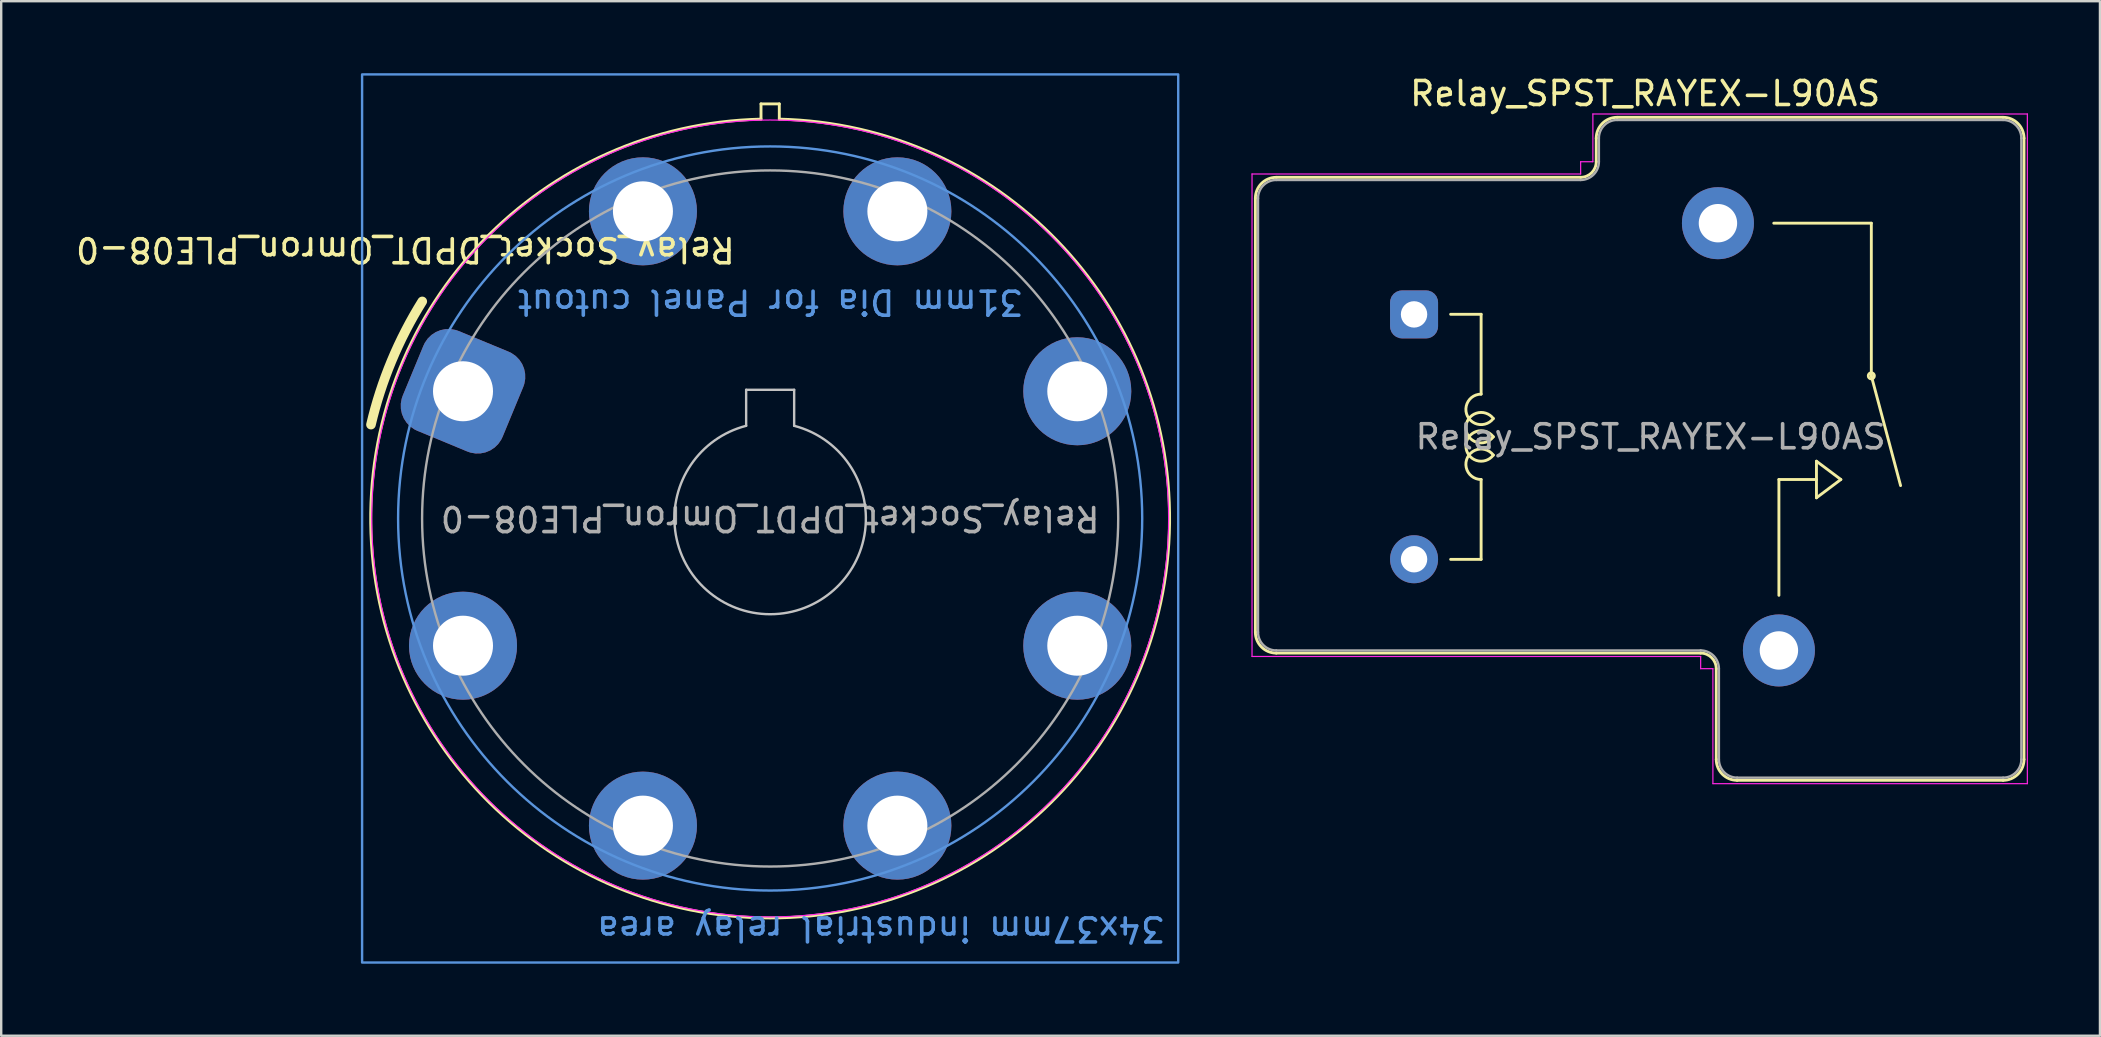
<source format=kicad_pcb>
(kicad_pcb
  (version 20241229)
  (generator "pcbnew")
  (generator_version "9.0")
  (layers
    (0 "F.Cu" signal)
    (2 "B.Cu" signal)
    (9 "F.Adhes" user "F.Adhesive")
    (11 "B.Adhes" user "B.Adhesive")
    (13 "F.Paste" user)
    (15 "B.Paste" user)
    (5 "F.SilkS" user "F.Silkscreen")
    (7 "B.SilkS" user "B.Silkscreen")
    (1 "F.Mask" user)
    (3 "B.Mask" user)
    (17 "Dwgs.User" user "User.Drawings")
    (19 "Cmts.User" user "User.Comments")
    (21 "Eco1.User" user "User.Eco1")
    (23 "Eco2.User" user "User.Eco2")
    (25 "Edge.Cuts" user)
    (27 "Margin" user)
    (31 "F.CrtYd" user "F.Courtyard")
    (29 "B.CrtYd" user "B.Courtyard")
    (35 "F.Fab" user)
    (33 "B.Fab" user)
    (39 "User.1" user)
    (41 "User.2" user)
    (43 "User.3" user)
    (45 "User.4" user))
  (footprint "Relay_SPST_RAYEX-L90AS"
    (layer "F.Cu")
    (at 53.32 15.148)
    (property "Reference" "Relay_SPST_RAYEX-L90AS" (at 12.167 -14.3 0) (layer "F.SilkS") (effects (font (size 1 1) (thickness 0.15))))
    (attr through_hole)
    (fp_line (start -4.07 -9.94) (end -4.07 8.14) (stroke (width 0.12) (type solid)) (layer "F.SilkS"))
    (fp_line (start -3.2 -10.81) (end 9.48 -10.81) (stroke (width 0.12) (type solid)) (layer "F.SilkS"))
    (fp_line (start -3.2 9.01) (end 14.48 9.01) (stroke (width 0.12) (type solid)) (layer "F.SilkS"))
    (fp_line (start 4.064 -5.105) (end 5.334 -5.105) (stroke (width 0.12) (type solid)) (layer "F.SilkS"))
    (fp_line (start 5.334 -1.778) (end 5.334 -5.105) (stroke (width 0.12) (type solid)) (layer "F.SilkS"))
    (fp_line (start 5.334 5.105) (end 4.064 5.105) (stroke (width 0.12) (type solid)) (layer "F.SilkS"))
    (fp_line (start 5.334 5.105) (end 5.334 1.778) (stroke (width 0.12) (type solid)) (layer "F.SilkS"))
    (fp_line (start 10.13 -12.44) (end 10.13 -11.46) (stroke (width 0.12) (type solid)) (layer "F.SilkS"))
    (fp_line (start 11 -13.31) (end 27.08 -13.31) (stroke (width 0.12) (type solid)) (layer "F.SilkS"))
    (fp_line (start 15.13 9.66) (end 15.13 13.44) (stroke (width 0.12) (type solid)) (layer "F.SilkS"))
    (fp_line (start 16 14.31) (end 27.08 14.31) (stroke (width 0.12) (type solid)) (layer "F.SilkS"))
    (fp_line (start 17.74 1.778) (end 19.304 1.778) (stroke (width 0.12) (type solid)) (layer "F.SilkS"))
    (fp_line (start 17.74 6.604) (end 17.74 1.778) (stroke (width 0.12) (type solid)) (layer "F.SilkS"))
    (fp_line (start 19.304 1.016) (end 19.304 2.54) (stroke (width 0.12) (type solid)) (layer "F.SilkS"))
    (fp_line (start 19.304 2.54) (end 20.32 1.778) (stroke (width 0.12) (type solid)) (layer "F.SilkS"))
    (fp_line (start 20.32 1.778) (end 19.304 1.016) (stroke (width 0.12) (type solid)) (layer "F.SilkS"))
    (fp_line (start 21.59 -8.9) (end 17.526 -8.9) (stroke (width 0.12) (type solid)) (layer "F.SilkS"))
    (fp_line (start 21.59 -2.54) (end 21.59 -8.9) (stroke (width 0.12) (type solid)) (layer "F.SilkS"))
    (fp_line (start 21.59 -2.54) (end 22.809 2.032) (stroke (width 0.12) (type solid)) (layer "F.SilkS"))
    (fp_line (start 27.95 -12.44) (end 27.95 13.44) (stroke (width 0.12) (type solid)) (layer "F.SilkS"))
    (fp_arc (start -4.07 -9.94) (mid -3.815183 -10.555183) (end -3.2 -10.81) (stroke (width 0.12) (type solid)) (layer "F.SilkS"))
    (fp_arc (start -3.2 9.01) (mid -3.815183 8.755183) (end -4.07 8.14) (stroke (width 0.12) (type solid)) (layer "F.SilkS"))
    (fp_arc (start 5.334002 1.777997) (mid 4.765966 0.859166) (end 5.841802 0.76173) (stroke (width 0.12) (type solid)) (layer "F.SilkS"))
    (fp_arc (start 5.8418 -0.761733) (mid 4.765964 -0.859168) (end 5.334 -1.778) (stroke (width 0.12) (type solid)) (layer "F.SilkS"))
    (fp_arc (start 5.842265 -0.000355) (mid 4.699002 -0.38078) (end 5.842 -0.762001) (stroke (width 0.12) (type solid)) (layer "F.SilkS"))
    (fp_arc (start 5.842266 0.761644) (mid 4.699003 0.381219) (end 5.842001 -0.000002) (stroke (width 0.12) (type solid)) (layer "F.SilkS"))
    (fp_arc (start 10.13 -12.44) (mid 10.384817 -13.055183) (end 11 -13.31) (stroke (width 0.12) (type solid)) (layer "F.SilkS"))
    (fp_arc (start 10.13 -11.46) (mid 9.939619 -11.000381) (end 9.48 -10.81) (stroke (width 0.12) (type solid)) (layer "F.SilkS"))
    (fp_arc (start 14.48 9.01) (mid 14.939619 9.200381) (end 15.13 9.66) (stroke (width 0.12) (type solid)) (layer "F.SilkS"))
    (fp_arc (start 16 14.31) (mid 15.384817 14.055183) (end 15.13 13.44) (stroke (width 0.12) (type solid)) (layer "F.SilkS"))
    (fp_arc (start 27.08 -13.31) (mid 27.695183 -13.055183) (end 27.95 -12.44) (stroke (width 0.12) (type solid)) (layer "F.SilkS"))
    (fp_arc (start 27.95 13.44) (mid 27.695183 14.055183) (end 27.08 14.31) (stroke (width 0.12) (type solid)) (layer "F.SilkS"))
    (fp_circle (center 21.59 -2.54) (end 21.59 -2.413) (stroke (width 0.12) (type solid)) (fill no) (layer "F.SilkS"))
    (fp_line (start -4.21 -10.95) (end -4.21 9.15) (stroke (width 0.05) (type solid)) (layer "F.CrtYd"))
    (fp_line (start -4.21 -10.95) (end 9.48 -10.95) (stroke (width 0.05) (type solid)) (layer "F.CrtYd"))
    (fp_line (start -4.21 9.15) (end 14.48 9.15) (stroke (width 0.05) (type solid)) (layer "F.CrtYd"))
    (fp_line (start 9.48 -11.46) (end 9.48 -10.95) (stroke (width 0.05) (type solid)) (layer "F.CrtYd"))
    (fp_line (start 9.48 -11.46) (end 9.99 -11.46) (stroke (width 0.05) (type solid)) (layer "F.CrtYd"))
    (fp_line (start 9.99 -13.45) (end 9.99 -11.46) (stroke (width 0.05) (type solid)) (layer "F.CrtYd"))
    (fp_line (start 9.99 -13.45) (end 28.09 -13.45) (stroke (width 0.05) (type solid)) (layer "F.CrtYd"))
    (fp_line (start 14.48 9.15) (end 14.48 9.66) (stroke (width 0.05) (type solid)) (layer "F.CrtYd"))
    (fp_line (start 14.48 9.66) (end 14.99 9.66) (stroke (width 0.05) (type solid)) (layer "F.CrtYd"))
    (fp_line (start 14.99 9.66) (end 14.99 14.45) (stroke (width 0.05) (type solid)) (layer "F.CrtYd"))
    (fp_line (start 14.99 14.45) (end 28.09 14.45) (stroke (width 0.05) (type solid)) (layer "F.CrtYd"))
    (fp_line (start 28.09 -13.45) (end 28.09 14.45) (stroke (width 0.05) (type solid)) (layer "F.CrtYd"))
    (fp_line (start -3.96 -9.94) (end -3.96 8.14) (stroke (width 0.1) (type solid)) (layer "F.Fab"))
    (fp_line (start -3.2 -10.7) (end 9.48 -10.7) (stroke (width 0.1) (type solid)) (layer "F.Fab"))
    (fp_line (start -3.2 8.9) (end 14.48 8.9) (stroke (width 0.1) (type solid)) (layer "F.Fab"))
    (fp_line (start 10.24 -12.44) (end 10.24 -11.46) (stroke (width 0.1) (type solid)) (layer "F.Fab"))
    (fp_line (start 11 -13.2) (end 27.08 -13.2) (stroke (width 0.1) (type solid)) (layer "F.Fab"))
    (fp_line (start 15.24 9.66) (end 15.24 13.44) (stroke (width 0.1) (type solid)) (layer "F.Fab"))
    (fp_line (start 16 14.2) (end 27.08 14.2) (stroke (width 0.1) (type solid)) (layer "F.Fab"))
    (fp_line (start 27.84 -12.44) (end 27.84 13.44) (stroke (width 0.1) (type solid)) (layer "F.Fab"))
    (fp_arc (start -3.96 -9.94) (mid -3.737401 -10.477401) (end -3.2 -10.7) (stroke (width 0.1) (type solid)) (layer "F.Fab"))
    (fp_arc (start -3.2 8.9) (mid -3.737401 8.677401) (end -3.96 8.14) (stroke (width 0.1) (type solid)) (layer "F.Fab"))
    (fp_arc (start 10.24 -12.44) (mid 10.462599 -12.977401) (end 11 -13.2) (stroke (width 0.1) (type solid)) (layer "F.Fab"))
    (fp_arc (start 10.24 -11.46) (mid 10.017401 -10.922599) (end 9.48 -10.7) (stroke (width 0.1) (type solid)) (layer "F.Fab"))
    (fp_arc (start 14.48 8.9) (mid 15.017401 9.122599) (end 15.24 9.66) (stroke (width 0.1) (type solid)) (layer "F.Fab"))
    (fp_arc (start 16 14.2) (mid 15.462599 13.977401) (end 15.24 13.44) (stroke (width 0.1) (type solid)) (layer "F.Fab"))
    (fp_arc (start 27.08 -13.2) (mid 27.617401 -12.977401) (end 27.84 -12.44) (stroke (width 0.1) (type solid)) (layer "F.Fab"))
    (fp_arc (start 27.84 13.44) (mid 27.617401 13.977401) (end 27.08 14.2) (stroke (width 0.1) (type solid)) (layer "F.Fab"))
    (fp_text user "${REFERENCE}" (at 12.395 0 0) (layer "F.Fab") (effects (font (size 1 1) (thickness 0.15))))
    (pad "13" thru_hole circle (at 15.2 -8.9 180) (size 3 3) (drill 1.6) (layers "*.Cu" "*.Mask"))
    (pad "14" thru_hole circle (at 17.74 8.9 180) (size 3 3) (drill 1.6) (layers "*.Cu" "*.Mask"))
    (pad "A1" thru_hole roundrect (at 2.54 -5.1 180) (size 2 2) (drill 1.1) (layers "*.Cu" "*.Mask") (roundrect_rratio 0.25))
    (pad "A2" thru_hole circle (at 2.54 5.1 180) (size 2 2) (drill 1.1) (layers "*.Cu" "*.Mask")))
  (footprint "Relay_Socket_DPDT_Omron_PLE08-0"
    (layer "F.Cu")
    (at 16.239 13.25)
    (property "Reference" "Relay_Socket_DPDT_Omron_PLE08-0" (at -2.4 -5.9 180) (unlocked yes) (layer "F.SilkS") (effects (font (size 1 1) (thickness 0.15))))
    (attr through_hole)
    (fp_line (start 12.415 -11.972) (end 12.415 -11.337) (stroke (width 0.12) (type solid)) (layer "F.SilkS"))
    (fp_line (start 13.177 -11.972) (end 12.415 -11.972) (stroke (width 0.12) (type solid)) (layer "F.SilkS"))
    (fp_line (start 13.177 -11.337) (end 13.177 -11.972) (stroke (width 0.12) (type solid)) (layer "F.SilkS"))
    (fp_arc (start -3.834267 1.390166) (mid -2.976317 -1.263935) (end -1.697899 -3.743043) (stroke (width 0.4) (type default)) (layer "F.SilkS"))
    (fp_arc (start 13.176732 -11.336834) (mid 12.795732 21.941528) (end 12.414732 -11.336834) (stroke (width 0.12) (type solid)) (layer "F.SilkS"))
    (fp_line (start 11.796 -0.061) (end 11.796 1.439) (stroke (width 0.1) (type solid)) (layer "Dwgs.User"))
    (fp_line (start 13.796 -0.061) (end 11.796 -0.061) (stroke (width 0.1) (type solid)) (layer "Dwgs.User"))
    (fp_line (start 13.796 1.439) (end 13.796 -0.061) (stroke (width 0.1) (type solid)) (layer "Dwgs.User"))
    (fp_arc (start 13.795732 1.439367) (mid 12.795732 9.28837) (end 11.795732 1.439367) (stroke (width 0.1) (type solid)) (layer "Dwgs.User"))
    (fp_rect (start 29.796 23.8) (end -4.204 -13.2) (stroke (width 0.1) (type default)) (fill no) (layer "Cmts.User"))
    (fp_circle (center 12.796 5.3) (end -2.704 5.3) (stroke (width 0.1) (type default)) (fill no) (layer "Cmts.User"))
    (fp_circle (center 12.796 5.3) (end 29.396 5.3) (stroke (width 0.05) (type default)) (fill no) (layer "F.CrtYd"))
    (fp_circle (center 12.796 5.3) (end -1.704 5.3) (stroke (width 0.1) (type default)) (fill no) (layer "F.Fab"))
    (fp_arc (start 11.803408 1.210424) (mid 12.795882 0.101735) (end 13.788023 1.210722) (stroke (width 0.1) (type default)) (layer "User.2"))
    (fp_arc (start 13.788024 1.210722) (mid 12.794553 9.508277) (end 11.805732 1.210166) (stroke (width 0.1) (type default)) (layer "User.2"))
    (fp_text user "34x37mm industrial relay area" (at 29.306 21.81 180) (unlocked yes) (layer "Cmts.User") (effects (font (size 1 1) (thickness 0.15)) (justify left bottom)))
    (fp_text user "31mm Dia for Panel cutout" (at 23.396 -4.3 180) (unlocked yes) (layer "Cmts.User") (effects (font (size 1 1) (thickness 0.15)) (justify left bottom)))
    (fp_text user "${REFERENCE}" (at 12.796 5.3 180) (unlocked yes) (layer "F.Fab") (effects (font (size 1 1) (thickness 0.15))))
    (fp_text user "Relay Pin" (at 16.376 6.4 180) (unlocked yes) (layer "User.2") (effects (font (size 1 1) (thickness 0.15)) (justify left bottom)))
    (pad "11" thru_hole circle (at 7.496 -7.496 112.5) (size 4.5 4.5) (drill 2.5) (layers "*.Cu" "*.Mask"))
    (pad "12" thru_hole circle (at 7.496 18.096 247.5) (size 4.5 4.5) (drill 2.5) (layers "*.Cu" "*.Mask"))
    (pad "14" thru_hole circle (at 0 10.6 202.5) (size 4.5 4.5) (drill 2.5) (layers "*.Cu" "*.Mask"))
    (pad "21" thru_hole circle (at 18.096 -7.496 247.5) (size 4.5 4.5) (drill 2.5) (layers "*.Cu" "*.Mask"))
    (pad "22" thru_hole circle (at 18.096 18.096 112.5) (size 4.5 4.5) (drill 2.5) (layers "*.Cu" "*.Mask"))
    (pad "24" thru_hole circle (at 25.591 10.6 157.5) (size 4.5 4.5) (drill 2.5) (layers "*.Cu" "*.Mask"))
    (pad "A1" thru_hole roundrect (at 0 0 157.5) (size 4.5 4.5) (drill 2.5) (layers "*.Cu" "*.Mask") (roundrect_rratio 0.25))
    (pad "A2" thru_hole circle (at 25.591 0 202.5) (size 4.5 4.5) (drill 2.5) (layers "*.Cu" "*.Mask")))
  (gr_rect
    (start -3 -3)
    (end 84.435 40.1)
    (stroke (width 0.1) (type default))
    (fill no)
    (layer "Edge.Cuts")))
</source>
